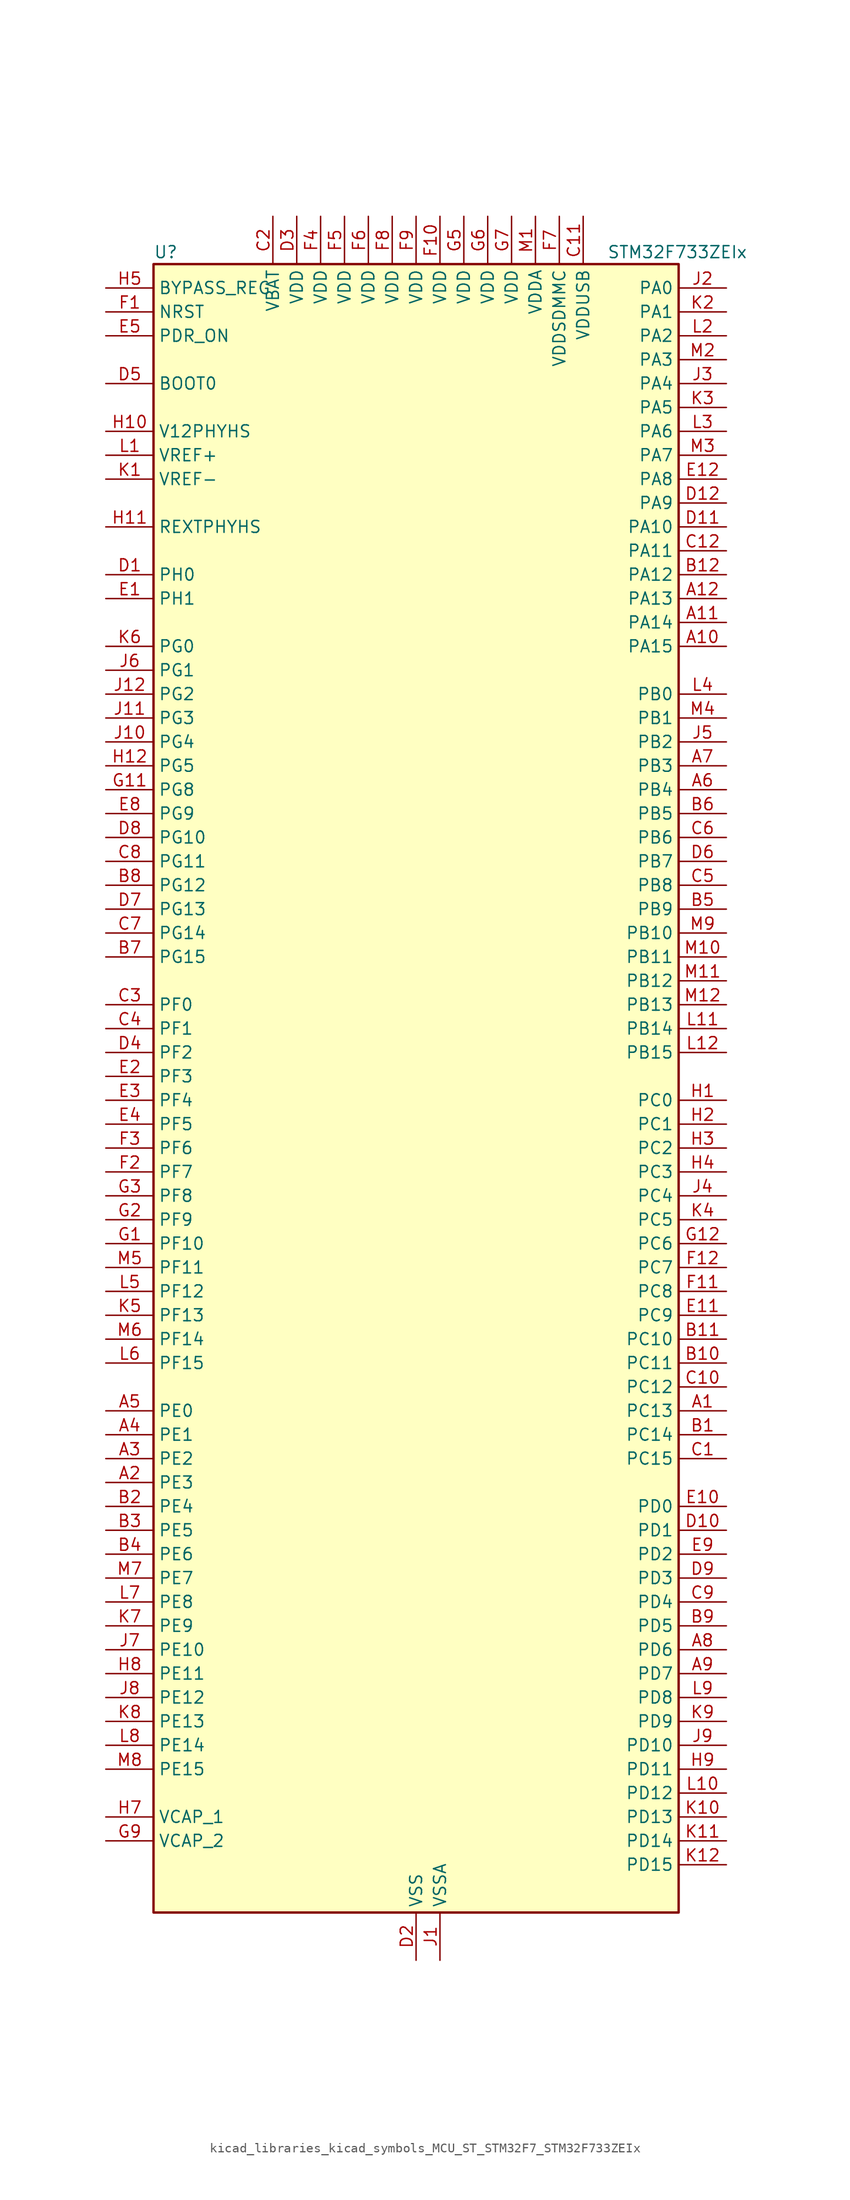
<source format=kicad_sym>
(kicad_symbol_lib
  (version 20220914)
  (generator kicad_symbol_editor)
  (symbol "kicad_libraries_kicad_symbols_MCU_ST_STM32F7_STM32F733ZEIx"
    (property "Reference" "U"
      (at -27.94 90.17 0)
      (effects (font (size 1.27 1.27)) (justify left)))
    (property "Value" "STM32F733ZEIx"
      (at 20.32 90.17 0)
      (effects (font (size 1.27 1.27)) (justify left)))
    (property "ki_locked" ""
      (at 0 0 0)
      (effects (font (size 1.27 1.27))))
    (symbol "kicad_libraries_kicad_symbols_MCU_ST_STM32F7_STM32F733ZEIx_0_1"
      (rectangle (start -27.94 -86.36) (end 27.94 88.9) (stroke (width 0.254) (type default)) (fill (type background))))
    (symbol "kicad_libraries_kicad_symbols_MCU_ST_STM32F7_STM32F733ZEIx_1_1"
      (pin bidirectional line (at 33.02 -33.02 180) (length 5.08) (name "PC13" (effects (font (size 1.27 1.27)))) (number "A1" (effects (font (size 1.27 1.27)))) (alternate "RTC_OUT" bidirectional line) (alternate "RTC_TAMP1" bidirectional line) (alternate "RTC_TS" bidirectional line) (alternate "SYS_WKUP4" bidirectional line))
      (pin bidirectional line (at 33.02 48.26 180) (length 5.08) (name "PA15" (effects (font (size 1.27 1.27)))) (number "A10" (effects (font (size 1.27 1.27)))) (alternate "I2S1_WS" bidirectional line) (alternate "I2S3_WS" bidirectional line) (alternate "SPI1_NSS" bidirectional line) (alternate "SPI3_NSS" bidirectional line) (alternate "SYS_JTDI" bidirectional line) (alternate "TIM2_CH1" bidirectional line) (alternate "TIM2_ETR" bidirectional line) (alternate "UART4_DE" bidirectional line) (alternate "UART4_RTS" bidirectional line))
      (pin bidirectional line (at 33.02 50.8 180) (length 5.08) (name "PA14" (effects (font (size 1.27 1.27)))) (number "A11" (effects (font (size 1.27 1.27)))) (alternate "SYS_JTCK-SWCLK" bidirectional line))
      (pin bidirectional line (at 33.02 53.34 180) (length 5.08) (name "PA13" (effects (font (size 1.27 1.27)))) (number "A12" (effects (font (size 1.27 1.27)))) (alternate "SYS_JTMS-SWDIO" bidirectional line))
      (pin bidirectional line (at -33.02 -40.64 0) (length 5.08) (name "PE3" (effects (font (size 1.27 1.27)))) (number "A2" (effects (font (size 1.27 1.27)))) (alternate "FMC_A19" bidirectional line) (alternate "SAI1_SD_B" bidirectional line) (alternate "SYS_TRACED0" bidirectional line))
      (pin bidirectional line (at -33.02 -38.1 0) (length 5.08) (name "PE2" (effects (font (size 1.27 1.27)))) (number "A3" (effects (font (size 1.27 1.27)))) (alternate "FMC_A23" bidirectional line) (alternate "QUADSPI_BK1_IO2" bidirectional line) (alternate "SAI1_MCLK_A" bidirectional line) (alternate "SPI4_SCK" bidirectional line) (alternate "SYS_TRACECLK" bidirectional line))
      (pin bidirectional line (at -33.02 -35.56 0) (length 5.08) (name "PE1" (effects (font (size 1.27 1.27)))) (number "A4" (effects (font (size 1.27 1.27)))) (alternate "FMC_NBL1" bidirectional line) (alternate "LPTIM1_IN2" bidirectional line) (alternate "UART8_TX" bidirectional line))
      (pin bidirectional line (at -33.02 -33.02 0) (length 5.08) (name "PE0" (effects (font (size 1.27 1.27)))) (number "A5" (effects (font (size 1.27 1.27)))) (alternate "FMC_NBL0" bidirectional line) (alternate "LPTIM1_ETR" bidirectional line) (alternate "SAI2_MCLK_A" bidirectional line) (alternate "TIM4_ETR" bidirectional line) (alternate "UART8_RX" bidirectional line))
      (pin bidirectional line (at 33.02 33.02 180) (length 5.08) (name "PB4" (effects (font (size 1.27 1.27)))) (number "A6" (effects (font (size 1.27 1.27)))) (alternate "I2S2_WS" bidirectional line) (alternate "SDMMC2_D3" bidirectional line) (alternate "SPI1_MISO" bidirectional line) (alternate "SPI2_NSS" bidirectional line) (alternate "SPI3_MISO" bidirectional line) (alternate "SYS_JTRST" bidirectional line) (alternate "TIM3_CH1" bidirectional line))
      (pin bidirectional line (at 33.02 35.56 180) (length 5.08) (name "PB3" (effects (font (size 1.27 1.27)))) (number "A7" (effects (font (size 1.27 1.27)))) (alternate "I2S1_CK" bidirectional line) (alternate "I2S3_CK" bidirectional line) (alternate "SDMMC2_D2" bidirectional line) (alternate "SPI1_SCK" bidirectional line) (alternate "SPI3_SCK" bidirectional line) (alternate "SYS_JTDO-SWO" bidirectional line) (alternate "TIM2_CH2" bidirectional line))
      (pin bidirectional line (at 33.02 -58.42 180) (length 5.08) (name "PD6" (effects (font (size 1.27 1.27)))) (number "A8" (effects (font (size 1.27 1.27)))) (alternate "FMC_NWAIT" bidirectional line) (alternate "I2S3_SD" bidirectional line) (alternate "SAI1_SD_A" bidirectional line) (alternate "SDMMC2_CK" bidirectional line) (alternate "SPI3_MOSI" bidirectional line) (alternate "USART2_RX" bidirectional line))
      (pin bidirectional line (at 33.02 -60.96 180) (length 5.08) (name "PD7" (effects (font (size 1.27 1.27)))) (number "A9" (effects (font (size 1.27 1.27)))) (alternate "FMC_NE1" bidirectional line) (alternate "SDMMC2_CMD" bidirectional line) (alternate "USART2_CK" bidirectional line))
      (pin bidirectional line (at 33.02 -35.56 180) (length 5.08) (name "PC14" (effects (font (size 1.27 1.27)))) (number "B1" (effects (font (size 1.27 1.27)))) (alternate "RCC_OSC32_IN" bidirectional line))
      (pin bidirectional line (at 33.02 -27.94 180) (length 5.08) (name "PC11" (effects (font (size 1.27 1.27)))) (number "B10" (effects (font (size 1.27 1.27)))) (alternate "ADC1_EXTI11" bidirectional line) (alternate "ADC2_EXTI11" bidirectional line) (alternate "ADC3_EXTI11" bidirectional line) (alternate "QUADSPI_BK2_NCS" bidirectional line) (alternate "SDMMC1_D3" bidirectional line) (alternate "SPI3_MISO" bidirectional line) (alternate "UART4_RX" bidirectional line) (alternate "USART3_RX" bidirectional line))
      (pin bidirectional line (at 33.02 -25.4 180) (length 5.08) (name "PC10" (effects (font (size 1.27 1.27)))) (number "B11" (effects (font (size 1.27 1.27)))) (alternate "I2S3_CK" bidirectional line) (alternate "QUADSPI_BK1_IO1" bidirectional line) (alternate "SDMMC1_D2" bidirectional line) (alternate "SPI3_SCK" bidirectional line) (alternate "UART4_TX" bidirectional line) (alternate "USART3_TX" bidirectional line))
      (pin bidirectional line (at 33.02 55.88 180) (length 5.08) (name "PA12" (effects (font (size 1.27 1.27)))) (number "B12" (effects (font (size 1.27 1.27)))) (alternate "CAN1_TX" bidirectional line) (alternate "SAI2_FS_B" bidirectional line) (alternate "TIM1_ETR" bidirectional line) (alternate "USART1_DE" bidirectional line) (alternate "USART1_RTS" bidirectional line) (alternate "USB_OTG_FS_DP" bidirectional line))
      (pin bidirectional line (at -33.02 -43.18 0) (length 5.08) (name "PE4" (effects (font (size 1.27 1.27)))) (number "B2" (effects (font (size 1.27 1.27)))) (alternate "FMC_A20" bidirectional line) (alternate "SAI1_FS_A" bidirectional line) (alternate "SPI4_NSS" bidirectional line) (alternate "SYS_TRACED1" bidirectional line))
      (pin bidirectional line (at -33.02 -45.72 0) (length 5.08) (name "PE5" (effects (font (size 1.27 1.27)))) (number "B3" (effects (font (size 1.27 1.27)))) (alternate "FMC_A21" bidirectional line) (alternate "SAI1_SCK_A" bidirectional line) (alternate "SPI4_MISO" bidirectional line) (alternate "SYS_TRACED2" bidirectional line) (alternate "TIM9_CH1" bidirectional line))
      (pin bidirectional line (at -33.02 -48.26 0) (length 5.08) (name "PE6" (effects (font (size 1.27 1.27)))) (number "B4" (effects (font (size 1.27 1.27)))) (alternate "FMC_A22" bidirectional line) (alternate "SAI1_SD_A" bidirectional line) (alternate "SAI2_MCLK_B" bidirectional line) (alternate "SPI4_MOSI" bidirectional line) (alternate "SYS_TRACED3" bidirectional line) (alternate "TIM1_BKIN2" bidirectional line) (alternate "TIM9_CH2" bidirectional line))
      (pin bidirectional line (at 33.02 20.32 180) (length 5.08) (name "PB9" (effects (font (size 1.27 1.27)))) (number "B5" (effects (font (size 1.27 1.27)))) (alternate "CAN1_TX" bidirectional line) (alternate "DAC_EXTI9" bidirectional line) (alternate "I2C1_SDA" bidirectional line) (alternate "I2S2_WS" bidirectional line) (alternate "SDMMC1_D5" bidirectional line) (alternate "SDMMC2_D5" bidirectional line) (alternate "SPI2_NSS" bidirectional line) (alternate "TIM11_CH1" bidirectional line) (alternate "TIM4_CH4" bidirectional line))
      (pin bidirectional line (at 33.02 30.48 180) (length 5.08) (name "PB5" (effects (font (size 1.27 1.27)))) (number "B6" (effects (font (size 1.27 1.27)))) (alternate "FMC_SDCKE1" bidirectional line) (alternate "I2C1_SMBA" bidirectional line) (alternate "I2S1_SD" bidirectional line) (alternate "I2S3_SD" bidirectional line) (alternate "SPI1_MOSI" bidirectional line) (alternate "SPI3_MOSI" bidirectional line) (alternate "TIM3_CH2" bidirectional line))
      (pin bidirectional line (at -33.02 15.24 0) (length 5.08) (name "PG15" (effects (font (size 1.27 1.27)))) (number "B7" (effects (font (size 1.27 1.27)))) (alternate "FMC_SDNCAS" bidirectional line) (alternate "USART6_CTS" bidirectional line))
      (pin bidirectional line (at -33.02 22.86 0) (length 5.08) (name "PG12" (effects (font (size 1.27 1.27)))) (number "B8" (effects (font (size 1.27 1.27)))) (alternate "FMC_NE4" bidirectional line) (alternate "LPTIM1_IN1" bidirectional line) (alternate "SDMMC2_D3" bidirectional line) (alternate "USART6_DE" bidirectional line) (alternate "USART6_RTS" bidirectional line))
      (pin bidirectional line (at 33.02 -55.88 180) (length 5.08) (name "PD5" (effects (font (size 1.27 1.27)))) (number "B9" (effects (font (size 1.27 1.27)))) (alternate "FMC_NWE" bidirectional line) (alternate "USART2_TX" bidirectional line))
      (pin bidirectional line (at 33.02 -38.1 180) (length 5.08) (name "PC15" (effects (font (size 1.27 1.27)))) (number "C1" (effects (font (size 1.27 1.27)))) (alternate "RCC_OSC32_OUT" bidirectional line))
      (pin bidirectional line (at 33.02 -30.48 180) (length 5.08) (name "PC12" (effects (font (size 1.27 1.27)))) (number "C10" (effects (font (size 1.27 1.27)))) (alternate "I2S3_SD" bidirectional line) (alternate "SDMMC1_CK" bidirectional line) (alternate "SPI3_MOSI" bidirectional line) (alternate "SYS_TRACED3" bidirectional line) (alternate "UART5_TX" bidirectional line) (alternate "USART3_CK" bidirectional line))
      (pin power_in line (at 17.78 93.98 270) (length 5.08) (name "VDDUSB" (effects (font (size 1.27 1.27)))) (number "C11" (effects (font (size 1.27 1.27)))))
      (pin bidirectional line (at 33.02 58.42 180) (length 5.08) (name "PA11" (effects (font (size 1.27 1.27)))) (number "C12" (effects (font (size 1.27 1.27)))) (alternate "ADC1_EXTI11" bidirectional line) (alternate "ADC2_EXTI11" bidirectional line) (alternate "ADC3_EXTI11" bidirectional line) (alternate "CAN1_RX" bidirectional line) (alternate "TIM1_CH4" bidirectional line) (alternate "USART1_CTS" bidirectional line) (alternate "USB_OTG_FS_DM" bidirectional line))
      (pin power_in line (at -15.24 93.98 270) (length 5.08) (name "VBAT" (effects (font (size 1.27 1.27)))) (number "C2" (effects (font (size 1.27 1.27)))))
      (pin bidirectional line (at -33.02 10.16 0) (length 5.08) (name "PF0" (effects (font (size 1.27 1.27)))) (number "C3" (effects (font (size 1.27 1.27)))) (alternate "FMC_A0" bidirectional line) (alternate "I2C2_SDA" bidirectional line))
      (pin bidirectional line (at -33.02 7.62 0) (length 5.08) (name "PF1" (effects (font (size 1.27 1.27)))) (number "C4" (effects (font (size 1.27 1.27)))) (alternate "FMC_A1" bidirectional line) (alternate "I2C2_SCL" bidirectional line))
      (pin bidirectional line (at 33.02 22.86 180) (length 5.08) (name "PB8" (effects (font (size 1.27 1.27)))) (number "C5" (effects (font (size 1.27 1.27)))) (alternate "CAN1_RX" bidirectional line) (alternate "I2C1_SCL" bidirectional line) (alternate "SDMMC1_D4" bidirectional line) (alternate "SDMMC2_D4" bidirectional line) (alternate "TIM10_CH1" bidirectional line) (alternate "TIM4_CH3" bidirectional line))
      (pin bidirectional line (at 33.02 27.94 180) (length 5.08) (name "PB6" (effects (font (size 1.27 1.27)))) (number "C6" (effects (font (size 1.27 1.27)))) (alternate "FMC_SDNE1" bidirectional line) (alternate "I2C1_SCL" bidirectional line) (alternate "QUADSPI_BK1_NCS" bidirectional line) (alternate "TIM4_CH1" bidirectional line) (alternate "USART1_TX" bidirectional line))
      (pin bidirectional line (at -33.02 17.78 0) (length 5.08) (name "PG14" (effects (font (size 1.27 1.27)))) (number "C7" (effects (font (size 1.27 1.27)))) (alternate "FMC_A25" bidirectional line) (alternate "LPTIM1_ETR" bidirectional line) (alternate "QUADSPI_BK2_IO3" bidirectional line) (alternate "SYS_TRACED1" bidirectional line) (alternate "USART6_TX" bidirectional line))
      (pin bidirectional line (at -33.02 25.4 0) (length 5.08) (name "PG11" (effects (font (size 1.27 1.27)))) (number "C8" (effects (font (size 1.27 1.27)))) (alternate "ADC1_EXTI11" bidirectional line) (alternate "ADC2_EXTI11" bidirectional line) (alternate "ADC3_EXTI11" bidirectional line) (alternate "FMC_INT" bidirectional line) (alternate "SDMMC2_D2" bidirectional line))
      (pin bidirectional line (at 33.02 -53.34 180) (length 5.08) (name "PD4" (effects (font (size 1.27 1.27)))) (number "C9" (effects (font (size 1.27 1.27)))) (alternate "FMC_NOE" bidirectional line) (alternate "USART2_DE" bidirectional line) (alternate "USART2_RTS" bidirectional line))
      (pin bidirectional line (at -33.02 55.88 0) (length 5.08) (name "PH0" (effects (font (size 1.27 1.27)))) (number "D1" (effects (font (size 1.27 1.27)))) (alternate "RCC_OSC_IN" bidirectional line))
      (pin bidirectional line (at 33.02 -45.72 180) (length 5.08) (name "PD1" (effects (font (size 1.27 1.27)))) (number "D10" (effects (font (size 1.27 1.27)))) (alternate "CAN1_TX" bidirectional line) (alternate "FMC_D3" bidirectional line) (alternate "FMC_DA3" bidirectional line))
      (pin bidirectional line (at 33.02 60.96 180) (length 5.08) (name "PA10" (effects (font (size 1.27 1.27)))) (number "D11" (effects (font (size 1.27 1.27)))) (alternate "TIM1_CH3" bidirectional line) (alternate "USART1_RX" bidirectional line) (alternate "USB_OTG_FS_ID" bidirectional line))
      (pin bidirectional line (at 33.02 63.5 180) (length 5.08) (name "PA9" (effects (font (size 1.27 1.27)))) (number "D12" (effects (font (size 1.27 1.27)))) (alternate "DAC_EXTI9" bidirectional line) (alternate "I2C3_SMBA" bidirectional line) (alternate "I2S2_CK" bidirectional line) (alternate "SPI2_SCK" bidirectional line) (alternate "TIM1_CH2" bidirectional line) (alternate "USART1_TX" bidirectional line) (alternate "USB_OTG_FS_VBUS" bidirectional line))
      (pin power_in line (at 0 -91.44 90) (length 5.08) (name "VSS" (effects (font (size 1.27 1.27)))) (number "D2" (effects (font (size 1.27 1.27)))))
      (pin power_in line (at -12.7 93.98 270) (length 5.08) (name "VDD" (effects (font (size 1.27 1.27)))) (number "D3" (effects (font (size 1.27 1.27)))))
      (pin bidirectional line (at -33.02 5.08 0) (length 5.08) (name "PF2" (effects (font (size 1.27 1.27)))) (number "D4" (effects (font (size 1.27 1.27)))) (alternate "FMC_A2" bidirectional line) (alternate "I2C2_SMBA" bidirectional line))
      (pin input line (at -33.02 76.2 0) (length 5.08) (name "BOOT0" (effects (font (size 1.27 1.27)))) (number "D5" (effects (font (size 1.27 1.27)))))
      (pin bidirectional line (at 33.02 25.4 180) (length 5.08) (name "PB7" (effects (font (size 1.27 1.27)))) (number "D6" (effects (font (size 1.27 1.27)))) (alternate "FMC_NL" bidirectional line) (alternate "I2C1_SDA" bidirectional line) (alternate "TIM4_CH2" bidirectional line) (alternate "USART1_RX" bidirectional line))
      (pin bidirectional line (at -33.02 20.32 0) (length 5.08) (name "PG13" (effects (font (size 1.27 1.27)))) (number "D7" (effects (font (size 1.27 1.27)))) (alternate "FMC_A24" bidirectional line) (alternate "LPTIM1_OUT" bidirectional line) (alternate "SYS_TRACED0" bidirectional line) (alternate "USART6_CTS" bidirectional line))
      (pin bidirectional line (at -33.02 27.94 0) (length 5.08) (name "PG10" (effects (font (size 1.27 1.27)))) (number "D8" (effects (font (size 1.27 1.27)))) (alternate "FMC_NE3" bidirectional line) (alternate "SAI2_SD_B" bidirectional line) (alternate "SDMMC2_D1" bidirectional line))
      (pin bidirectional line (at 33.02 -50.8 180) (length 5.08) (name "PD3" (effects (font (size 1.27 1.27)))) (number "D9" (effects (font (size 1.27 1.27)))) (alternate "FMC_CLK" bidirectional line) (alternate "I2S2_CK" bidirectional line) (alternate "SPI2_SCK" bidirectional line) (alternate "USART2_CTS" bidirectional line))
      (pin bidirectional line (at -33.02 53.34 0) (length 5.08) (name "PH1" (effects (font (size 1.27 1.27)))) (number "E1" (effects (font (size 1.27 1.27)))) (alternate "RCC_OSC_OUT" bidirectional line))
      (pin bidirectional line (at 33.02 -43.18 180) (length 5.08) (name "PD0" (effects (font (size 1.27 1.27)))) (number "E10" (effects (font (size 1.27 1.27)))) (alternate "CAN1_RX" bidirectional line) (alternate "FMC_D2" bidirectional line) (alternate "FMC_DA2" bidirectional line))
      (pin bidirectional line (at 33.02 -22.86 180) (length 5.08) (name "PC9" (effects (font (size 1.27 1.27)))) (number "E11" (effects (font (size 1.27 1.27)))) (alternate "DAC_EXTI9" bidirectional line) (alternate "I2C3_SDA" bidirectional line) (alternate "I2S_CKIN" bidirectional line) (alternate "QUADSPI_BK1_IO0" bidirectional line) (alternate "RCC_MCO_2" bidirectional line) (alternate "SDMMC1_D1" bidirectional line) (alternate "TIM3_CH4" bidirectional line) (alternate "TIM8_CH4" bidirectional line) (alternate "UART5_CTS" bidirectional line))
      (pin bidirectional line (at 33.02 66.04 180) (length 5.08) (name "PA8" (effects (font (size 1.27 1.27)))) (number "E12" (effects (font (size 1.27 1.27)))) (alternate "I2C3_SCL" bidirectional line) (alternate "RCC_MCO_1" bidirectional line) (alternate "TIM1_CH1" bidirectional line) (alternate "TIM8_BKIN2" bidirectional line) (alternate "USART1_CK" bidirectional line) (alternate "USB_OTG_FS_SOF" bidirectional line))
      (pin bidirectional line (at -33.02 2.54 0) (length 5.08) (name "PF3" (effects (font (size 1.27 1.27)))) (number "E2" (effects (font (size 1.27 1.27)))) (alternate "ADC3_IN9" bidirectional line) (alternate "FMC_A3" bidirectional line))
      (pin bidirectional line (at -33.02 0 0) (length 5.08) (name "PF4" (effects (font (size 1.27 1.27)))) (number "E3" (effects (font (size 1.27 1.27)))) (alternate "ADC3_IN14" bidirectional line) (alternate "FMC_A4" bidirectional line))
      (pin bidirectional line (at -33.02 -2.54 0) (length 5.08) (name "PF5" (effects (font (size 1.27 1.27)))) (number "E4" (effects (font (size 1.27 1.27)))) (alternate "ADC3_IN15" bidirectional line) (alternate "FMC_A5" bidirectional line))
      (pin input line (at -33.02 81.28 0) (length 5.08) (name "PDR_ON" (effects (font (size 1.27 1.27)))) (number "E5" (effects (font (size 1.27 1.27)))))
      (pin passive line (at 0 -91.44 90) (length 5.08) hide (name "VSS" (effects (font (size 1.27 1.27)))) (number "E6" (effects (font (size 1.27 1.27)))))
      (pin passive line (at 0 -91.44 90) (length 5.08) hide (name "VSS" (effects (font (size 1.27 1.27)))) (number "E7" (effects (font (size 1.27 1.27)))))
      (pin bidirectional line (at -33.02 30.48 0) (length 5.08) (name "PG9" (effects (font (size 1.27 1.27)))) (number "E8" (effects (font (size 1.27 1.27)))) (alternate "DAC_EXTI9" bidirectional line) (alternate "FMC_NCE" bidirectional line) (alternate "FMC_NE2" bidirectional line) (alternate "QUADSPI_BK2_IO2" bidirectional line) (alternate "SAI2_FS_B" bidirectional line) (alternate "SDMMC2_D0" bidirectional line) (alternate "USART6_RX" bidirectional line))
      (pin bidirectional line (at 33.02 -48.26 180) (length 5.08) (name "PD2" (effects (font (size 1.27 1.27)))) (number "E9" (effects (font (size 1.27 1.27)))) (alternate "SDMMC1_CMD" bidirectional line) (alternate "SYS_TRACED2" bidirectional line) (alternate "TIM3_ETR" bidirectional line) (alternate "UART5_RX" bidirectional line))
      (pin input line (at -33.02 83.82 0) (length 5.08) (name "NRST" (effects (font (size 1.27 1.27)))) (number "F1" (effects (font (size 1.27 1.27)))))
      (pin power_in line (at 2.54 93.98 270) (length 5.08) (name "VDD" (effects (font (size 1.27 1.27)))) (number "F10" (effects (font (size 1.27 1.27)))))
      (pin bidirectional line (at 33.02 -20.32 180) (length 5.08) (name "PC8" (effects (font (size 1.27 1.27)))) (number "F11" (effects (font (size 1.27 1.27)))) (alternate "SDMMC1_D0" bidirectional line) (alternate "SYS_TRACED1" bidirectional line) (alternate "TIM3_CH3" bidirectional line) (alternate "TIM8_CH3" bidirectional line) (alternate "UART5_DE" bidirectional line) (alternate "UART5_RTS" bidirectional line) (alternate "USART6_CK" bidirectional line))
      (pin bidirectional line (at 33.02 -17.78 180) (length 5.08) (name "PC7" (effects (font (size 1.27 1.27)))) (number "F12" (effects (font (size 1.27 1.27)))) (alternate "I2S3_MCK" bidirectional line) (alternate "SDMMC1_D7" bidirectional line) (alternate "SDMMC2_D7" bidirectional line) (alternate "TIM3_CH2" bidirectional line) (alternate "TIM8_CH2" bidirectional line) (alternate "USART6_RX" bidirectional line))
      (pin bidirectional line (at -33.02 -7.62 0) (length 5.08) (name "PF7" (effects (font (size 1.27 1.27)))) (number "F2" (effects (font (size 1.27 1.27)))) (alternate "ADC3_IN5" bidirectional line) (alternate "QUADSPI_BK1_IO2" bidirectional line) (alternate "SAI1_MCLK_B" bidirectional line) (alternate "SPI5_SCK" bidirectional line) (alternate "TIM11_CH1" bidirectional line) (alternate "UART7_TX" bidirectional line))
      (pin bidirectional line (at -33.02 -5.08 0) (length 5.08) (name "PF6" (effects (font (size 1.27 1.27)))) (number "F3" (effects (font (size 1.27 1.27)))) (alternate "ADC3_IN4" bidirectional line) (alternate "QUADSPI_BK1_IO3" bidirectional line) (alternate "SAI1_SD_B" bidirectional line) (alternate "SPI5_NSS" bidirectional line) (alternate "TIM10_CH1" bidirectional line) (alternate "UART7_RX" bidirectional line))
      (pin power_in line (at -10.16 93.98 270) (length 5.08) (name "VDD" (effects (font (size 1.27 1.27)))) (number "F4" (effects (font (size 1.27 1.27)))))
      (pin power_in line (at -7.62 93.98 270) (length 5.08) (name "VDD" (effects (font (size 1.27 1.27)))) (number "F5" (effects (font (size 1.27 1.27)))))
      (pin power_in line (at -5.08 93.98 270) (length 5.08) (name "VDD" (effects (font (size 1.27 1.27)))) (number "F6" (effects (font (size 1.27 1.27)))))
      (pin power_in line (at 15.24 93.98 270) (length 5.08) (name "VDDSDMMC" (effects (font (size 1.27 1.27)))) (number "F7" (effects (font (size 1.27 1.27)))))
      (pin power_in line (at -2.54 93.98 270) (length 5.08) (name "VDD" (effects (font (size 1.27 1.27)))) (number "F8" (effects (font (size 1.27 1.27)))))
      (pin power_in line (at 0 93.98 270) (length 5.08) (name "VDD" (effects (font (size 1.27 1.27)))) (number "F9" (effects (font (size 1.27 1.27)))))
      (pin bidirectional line (at -33.02 -15.24 0) (length 5.08) (name "PF10" (effects (font (size 1.27 1.27)))) (number "G1" (effects (font (size 1.27 1.27)))) (alternate "ADC3_IN8" bidirectional line))
      (pin passive line (at 0 -91.44 90) (length 5.08) hide (name "VSS" (effects (font (size 1.27 1.27)))) (number "G10" (effects (font (size 1.27 1.27)))))
      (pin bidirectional line (at -33.02 33.02 0) (length 5.08) (name "PG8" (effects (font (size 1.27 1.27)))) (number "G11" (effects (font (size 1.27 1.27)))) (alternate "FMC_SDCLK" bidirectional line) (alternate "USART6_DE" bidirectional line) (alternate "USART6_RTS" bidirectional line))
      (pin bidirectional line (at 33.02 -15.24 180) (length 5.08) (name "PC6" (effects (font (size 1.27 1.27)))) (number "G12" (effects (font (size 1.27 1.27)))) (alternate "I2S2_MCK" bidirectional line) (alternate "SDMMC1_D6" bidirectional line) (alternate "SDMMC2_D6" bidirectional line) (alternate "TIM3_CH1" bidirectional line) (alternate "TIM8_CH1" bidirectional line) (alternate "USART6_TX" bidirectional line))
      (pin bidirectional line (at -33.02 -12.7 0) (length 5.08) (name "PF9" (effects (font (size 1.27 1.27)))) (number "G2" (effects (font (size 1.27 1.27)))) (alternate "ADC3_IN7" bidirectional line) (alternate "DAC_EXTI9" bidirectional line) (alternate "QUADSPI_BK1_IO1" bidirectional line) (alternate "SAI1_FS_B" bidirectional line) (alternate "SPI5_MOSI" bidirectional line) (alternate "TIM14_CH1" bidirectional line) (alternate "UART7_CTS" bidirectional line))
      (pin bidirectional line (at -33.02 -10.16 0) (length 5.08) (name "PF8" (effects (font (size 1.27 1.27)))) (number "G3" (effects (font (size 1.27 1.27)))) (alternate "ADC3_IN6" bidirectional line) (alternate "QUADSPI_BK1_IO0" bidirectional line) (alternate "SAI1_SCK_B" bidirectional line) (alternate "SPI5_MISO" bidirectional line) (alternate "TIM13_CH1" bidirectional line) (alternate "UART7_DE" bidirectional line) (alternate "UART7_RTS" bidirectional line))
      (pin passive line (at 0 -91.44 90) (length 5.08) hide (name "VSS" (effects (font (size 1.27 1.27)))) (number "G4" (effects (font (size 1.27 1.27)))))
      (pin power_in line (at 5.08 93.98 270) (length 5.08) (name "VDD" (effects (font (size 1.27 1.27)))) (number "G5" (effects (font (size 1.27 1.27)))))
      (pin power_in line (at 7.62 93.98 270) (length 5.08) (name "VDD" (effects (font (size 1.27 1.27)))) (number "G6" (effects (font (size 1.27 1.27)))))
      (pin power_in line (at 10.16 93.98 270) (length 5.08) (name "VDD" (effects (font (size 1.27 1.27)))) (number "G7" (effects (font (size 1.27 1.27)))))
      (pin passive line (at 0 -91.44 90) (length 5.08) hide (name "VSS" (effects (font (size 1.27 1.27)))) (number "G8" (effects (font (size 1.27 1.27)))))
      (pin power_out line (at -33.02 -78.74 0) (length 5.08) (name "VCAP_2" (effects (font (size 1.27 1.27)))) (number "G9" (effects (font (size 1.27 1.27)))))
      (pin bidirectional line (at 33.02 0 180) (length 5.08) (name "PC0" (effects (font (size 1.27 1.27)))) (number "H1" (effects (font (size 1.27 1.27)))) (alternate "ADC1_IN10" bidirectional line) (alternate "ADC2_IN10" bidirectional line) (alternate "ADC3_IN10" bidirectional line) (alternate "FMC_SDNWE" bidirectional line) (alternate "SAI2_FS_B" bidirectional line))
      (pin power_in line (at -33.02 71.12 0) (length 5.08) (name "V12PHYHS" (effects (font (size 1.27 1.27)))) (number "H10" (effects (font (size 1.27 1.27)))))
      (pin bidirectional line (at -33.02 60.96 0) (length 5.08) (name "REXTPHYHS" (effects (font (size 1.27 1.27)))) (number "H11" (effects (font (size 1.27 1.27)))) (alternate "USB_OTG_HS_REXTPHYHS" bidirectional line))
      (pin bidirectional line (at -33.02 35.56 0) (length 5.08) (name "PG5" (effects (font (size 1.27 1.27)))) (number "H12" (effects (font (size 1.27 1.27)))) (alternate "FMC_A15" bidirectional line) (alternate "FMC_BA1" bidirectional line))
      (pin bidirectional line (at 33.02 -2.54 180) (length 5.08) (name "PC1" (effects (font (size 1.27 1.27)))) (number "H2" (effects (font (size 1.27 1.27)))) (alternate "ADC1_IN11" bidirectional line) (alternate "ADC2_IN11" bidirectional line) (alternate "ADC3_IN11" bidirectional line) (alternate "I2S2_SD" bidirectional line) (alternate "RTC_TAMP3" bidirectional line) (alternate "RTC_TS" bidirectional line) (alternate "SAI1_SD_A" bidirectional line) (alternate "SPI2_MOSI" bidirectional line) (alternate "SYS_TRACED0" bidirectional line) (alternate "SYS_WKUP3" bidirectional line))
      (pin bidirectional line (at 33.02 -5.08 180) (length 5.08) (name "PC2" (effects (font (size 1.27 1.27)))) (number "H3" (effects (font (size 1.27 1.27)))) (alternate "ADC1_IN12" bidirectional line) (alternate "ADC2_IN12" bidirectional line) (alternate "ADC3_IN12" bidirectional line) (alternate "FMC_SDNE0" bidirectional line) (alternate "SPI2_MISO" bidirectional line))
      (pin bidirectional line (at 33.02 -7.62 180) (length 5.08) (name "PC3" (effects (font (size 1.27 1.27)))) (number "H4" (effects (font (size 1.27 1.27)))) (alternate "ADC1_IN13" bidirectional line) (alternate "ADC2_IN13" bidirectional line) (alternate "ADC3_IN13" bidirectional line) (alternate "FMC_SDCKE0" bidirectional line) (alternate "I2S2_SD" bidirectional line) (alternate "SPI2_MOSI" bidirectional line))
      (pin input line (at -33.02 86.36 0) (length 5.08) (name "BYPASS_REG" (effects (font (size 1.27 1.27)))) (number "H5" (effects (font (size 1.27 1.27)))))
      (pin passive line (at 0 -91.44 90) (length 5.08) hide (name "VSS" (effects (font (size 1.27 1.27)))) (number "H6" (effects (font (size 1.27 1.27)))))
      (pin power_out line (at -33.02 -76.2 0) (length 5.08) (name "VCAP_1" (effects (font (size 1.27 1.27)))) (number "H7" (effects (font (size 1.27 1.27)))))
      (pin bidirectional line (at -33.02 -60.96 0) (length 5.08) (name "PE11" (effects (font (size 1.27 1.27)))) (number "H8" (effects (font (size 1.27 1.27)))) (alternate "ADC1_EXTI11" bidirectional line) (alternate "ADC2_EXTI11" bidirectional line) (alternate "ADC3_EXTI11" bidirectional line) (alternate "FMC_D8" bidirectional line) (alternate "FMC_DA8" bidirectional line) (alternate "SAI2_SD_B" bidirectional line) (alternate "SPI4_NSS" bidirectional line) (alternate "TIM1_CH2" bidirectional line))
      (pin bidirectional line (at 33.02 -71.12 180) (length 5.08) (name "PD11" (effects (font (size 1.27 1.27)))) (number "H9" (effects (font (size 1.27 1.27)))) (alternate "ADC1_EXTI11" bidirectional line) (alternate "ADC2_EXTI11" bidirectional line) (alternate "ADC3_EXTI11" bidirectional line) (alternate "FMC_A16" bidirectional line) (alternate "FMC_CLE" bidirectional line) (alternate "QUADSPI_BK1_IO0" bidirectional line) (alternate "SAI2_SD_A" bidirectional line) (alternate "USART3_CTS" bidirectional line))
      (pin power_in line (at 2.54 -91.44 90) (length 5.08) (name "VSSA" (effects (font (size 1.27 1.27)))) (number "J1" (effects (font (size 1.27 1.27)))))
      (pin bidirectional line (at -33.02 38.1 0) (length 5.08) (name "PG4" (effects (font (size 1.27 1.27)))) (number "J10" (effects (font (size 1.27 1.27)))) (alternate "FMC_A14" bidirectional line) (alternate "FMC_BA0" bidirectional line))
      (pin bidirectional line (at -33.02 40.64 0) (length 5.08) (name "PG3" (effects (font (size 1.27 1.27)))) (number "J11" (effects (font (size 1.27 1.27)))) (alternate "FMC_A13" bidirectional line))
      (pin bidirectional line (at -33.02 43.18 0) (length 5.08) (name "PG2" (effects (font (size 1.27 1.27)))) (number "J12" (effects (font (size 1.27 1.27)))) (alternate "FMC_A12" bidirectional line))
      (pin bidirectional line (at 33.02 86.36 180) (length 5.08) (name "PA0" (effects (font (size 1.27 1.27)))) (number "J2" (effects (font (size 1.27 1.27)))) (alternate "ADC1_IN0" bidirectional line) (alternate "ADC2_IN0" bidirectional line) (alternate "ADC3_IN0" bidirectional line) (alternate "SAI2_SD_B" bidirectional line) (alternate "SYS_WKUP1" bidirectional line) (alternate "TIM2_CH1" bidirectional line) (alternate "TIM2_ETR" bidirectional line) (alternate "TIM5_CH1" bidirectional line) (alternate "TIM8_ETR" bidirectional line) (alternate "UART4_TX" bidirectional line) (alternate "USART2_CTS" bidirectional line))
      (pin bidirectional line (at 33.02 76.2 180) (length 5.08) (name "PA4" (effects (font (size 1.27 1.27)))) (number "J3" (effects (font (size 1.27 1.27)))) (alternate "ADC1_IN4" bidirectional line) (alternate "ADC2_IN4" bidirectional line) (alternate "DAC_OUT1" bidirectional line) (alternate "I2S1_WS" bidirectional line) (alternate "I2S3_WS" bidirectional line) (alternate "SPI1_NSS" bidirectional line) (alternate "SPI3_NSS" bidirectional line) (alternate "USART2_CK" bidirectional line) (alternate "USB_OTG_HS_SOF" bidirectional line))
      (pin bidirectional line (at 33.02 -10.16 180) (length 5.08) (name "PC4" (effects (font (size 1.27 1.27)))) (number "J4" (effects (font (size 1.27 1.27)))) (alternate "ADC1_IN14" bidirectional line) (alternate "ADC2_IN14" bidirectional line) (alternate "FMC_SDNE0" bidirectional line) (alternate "I2S1_MCK" bidirectional line))
      (pin bidirectional line (at 33.02 38.1 180) (length 5.08) (name "PB2" (effects (font (size 1.27 1.27)))) (number "J5" (effects (font (size 1.27 1.27)))) (alternate "I2S3_SD" bidirectional line) (alternate "QUADSPI_CLK" bidirectional line) (alternate "SAI1_SD_A" bidirectional line) (alternate "SPI3_MOSI" bidirectional line))
      (pin bidirectional line (at -33.02 45.72 0) (length 5.08) (name "PG1" (effects (font (size 1.27 1.27)))) (number "J6" (effects (font (size 1.27 1.27)))) (alternate "FMC_A11" bidirectional line))
      (pin bidirectional line (at -33.02 -58.42 0) (length 5.08) (name "PE10" (effects (font (size 1.27 1.27)))) (number "J7" (effects (font (size 1.27 1.27)))) (alternate "FMC_D7" bidirectional line) (alternate "FMC_DA7" bidirectional line) (alternate "QUADSPI_BK2_IO3" bidirectional line) (alternate "TIM1_CH2N" bidirectional line) (alternate "UART7_CTS" bidirectional line))
      (pin bidirectional line (at -33.02 -63.5 0) (length 5.08) (name "PE12" (effects (font (size 1.27 1.27)))) (number "J8" (effects (font (size 1.27 1.27)))) (alternate "FMC_D9" bidirectional line) (alternate "FMC_DA9" bidirectional line) (alternate "SAI2_SCK_B" bidirectional line) (alternate "SPI4_SCK" bidirectional line) (alternate "TIM1_CH3N" bidirectional line))
      (pin bidirectional line (at 33.02 -68.58 180) (length 5.08) (name "PD10" (effects (font (size 1.27 1.27)))) (number "J9" (effects (font (size 1.27 1.27)))) (alternate "FMC_D15" bidirectional line) (alternate "FMC_DA15" bidirectional line) (alternate "USART3_CK" bidirectional line))
      (pin input line (at -33.02 66.04 0) (length 5.08) (name "VREF-" (effects (font (size 1.27 1.27)))) (number "K1" (effects (font (size 1.27 1.27)))))
      (pin bidirectional line (at 33.02 -76.2 180) (length 5.08) (name "PD13" (effects (font (size 1.27 1.27)))) (number "K10" (effects (font (size 1.27 1.27)))) (alternate "FMC_A18" bidirectional line) (alternate "LPTIM1_OUT" bidirectional line) (alternate "QUADSPI_BK1_IO3" bidirectional line) (alternate "SAI2_SCK_A" bidirectional line) (alternate "TIM4_CH2" bidirectional line))
      (pin bidirectional line (at 33.02 -78.74 180) (length 5.08) (name "PD14" (effects (font (size 1.27 1.27)))) (number "K11" (effects (font (size 1.27 1.27)))) (alternate "FMC_D0" bidirectional line) (alternate "FMC_DA0" bidirectional line) (alternate "TIM4_CH3" bidirectional line) (alternate "UART8_CTS" bidirectional line))
      (pin bidirectional line (at 33.02 -81.28 180) (length 5.08) (name "PD15" (effects (font (size 1.27 1.27)))) (number "K12" (effects (font (size 1.27 1.27)))) (alternate "FMC_D1" bidirectional line) (alternate "FMC_DA1" bidirectional line) (alternate "TIM4_CH4" bidirectional line) (alternate "UART8_DE" bidirectional line) (alternate "UART8_RTS" bidirectional line))
      (pin bidirectional line (at 33.02 83.82 180) (length 5.08) (name "PA1" (effects (font (size 1.27 1.27)))) (number "K2" (effects (font (size 1.27 1.27)))) (alternate "ADC1_IN1" bidirectional line) (alternate "ADC2_IN1" bidirectional line) (alternate "ADC3_IN1" bidirectional line) (alternate "QUADSPI_BK1_IO3" bidirectional line) (alternate "SAI2_MCLK_B" bidirectional line) (alternate "TIM2_CH2" bidirectional line) (alternate "TIM5_CH2" bidirectional line) (alternate "UART4_RX" bidirectional line) (alternate "USART2_DE" bidirectional line) (alternate "USART2_RTS" bidirectional line))
      (pin bidirectional line (at 33.02 73.66 180) (length 5.08) (name "PA5" (effects (font (size 1.27 1.27)))) (number "K3" (effects (font (size 1.27 1.27)))) (alternate "ADC1_IN5" bidirectional line) (alternate "ADC2_IN5" bidirectional line) (alternate "DAC_OUT2" bidirectional line) (alternate "I2S1_CK" bidirectional line) (alternate "SPI1_SCK" bidirectional line) (alternate "TIM2_CH1" bidirectional line) (alternate "TIM2_ETR" bidirectional line) (alternate "TIM8_CH1N" bidirectional line))
      (pin bidirectional line (at 33.02 -12.7 180) (length 5.08) (name "PC5" (effects (font (size 1.27 1.27)))) (number "K4" (effects (font (size 1.27 1.27)))) (alternate "ADC1_IN15" bidirectional line) (alternate "ADC2_IN15" bidirectional line) (alternate "FMC_SDCKE0" bidirectional line))
      (pin bidirectional line (at -33.02 -22.86 0) (length 5.08) (name "PF13" (effects (font (size 1.27 1.27)))) (number "K5" (effects (font (size 1.27 1.27)))) (alternate "FMC_A7" bidirectional line))
      (pin bidirectional line (at -33.02 48.26 0) (length 5.08) (name "PG0" (effects (font (size 1.27 1.27)))) (number "K6" (effects (font (size 1.27 1.27)))) (alternate "FMC_A10" bidirectional line))
      (pin bidirectional line (at -33.02 -55.88 0) (length 5.08) (name "PE9" (effects (font (size 1.27 1.27)))) (number "K7" (effects (font (size 1.27 1.27)))) (alternate "DAC_EXTI9" bidirectional line) (alternate "FMC_D6" bidirectional line) (alternate "FMC_DA6" bidirectional line) (alternate "QUADSPI_BK2_IO2" bidirectional line) (alternate "TIM1_CH1" bidirectional line) (alternate "UART7_DE" bidirectional line) (alternate "UART7_RTS" bidirectional line))
      (pin bidirectional line (at -33.02 -66.04 0) (length 5.08) (name "PE13" (effects (font (size 1.27 1.27)))) (number "K8" (effects (font (size 1.27 1.27)))) (alternate "FMC_D10" bidirectional line) (alternate "FMC_DA10" bidirectional line) (alternate "SAI2_FS_B" bidirectional line) (alternate "SPI4_MISO" bidirectional line) (alternate "TIM1_CH3" bidirectional line))
      (pin bidirectional line (at 33.02 -66.04 180) (length 5.08) (name "PD9" (effects (font (size 1.27 1.27)))) (number "K9" (effects (font (size 1.27 1.27)))) (alternate "DAC_EXTI9" bidirectional line) (alternate "FMC_D14" bidirectional line) (alternate "FMC_DA14" bidirectional line) (alternate "USART3_RX" bidirectional line))
      (pin input line (at -33.02 68.58 0) (length 5.08) (name "VREF+" (effects (font (size 1.27 1.27)))) (number "L1" (effects (font (size 1.27 1.27)))))
      (pin bidirectional line (at 33.02 -73.66 180) (length 5.08) (name "PD12" (effects (font (size 1.27 1.27)))) (number "L10" (effects (font (size 1.27 1.27)))) (alternate "FMC_A17" bidirectional line) (alternate "FMC_ALE" bidirectional line) (alternate "LPTIM1_IN1" bidirectional line) (alternate "QUADSPI_BK1_IO1" bidirectional line) (alternate "SAI2_FS_A" bidirectional line) (alternate "TIM4_CH1" bidirectional line) (alternate "USART3_DE" bidirectional line) (alternate "USART3_RTS" bidirectional line))
      (pin bidirectional line (at 33.02 7.62 180) (length 5.08) (name "PB14" (effects (font (size 1.27 1.27)))) (number "L11" (effects (font (size 1.27 1.27)))) (alternate "USB_OTG_HS_DM" bidirectional line))
      (pin bidirectional line (at 33.02 5.08 180) (length 5.08) (name "PB15" (effects (font (size 1.27 1.27)))) (number "L12" (effects (font (size 1.27 1.27)))) (alternate "USB_OTG_HS_DP" bidirectional line))
      (pin bidirectional line (at 33.02 81.28 180) (length 5.08) (name "PA2" (effects (font (size 1.27 1.27)))) (number "L2" (effects (font (size 1.27 1.27)))) (alternate "ADC1_IN2" bidirectional line) (alternate "ADC2_IN2" bidirectional line) (alternate "ADC3_IN2" bidirectional line) (alternate "SAI2_SCK_B" bidirectional line) (alternate "SYS_WKUP2" bidirectional line) (alternate "TIM2_CH3" bidirectional line) (alternate "TIM5_CH3" bidirectional line) (alternate "TIM9_CH1" bidirectional line) (alternate "USART2_TX" bidirectional line))
      (pin bidirectional line (at 33.02 71.12 180) (length 5.08) (name "PA6" (effects (font (size 1.27 1.27)))) (number "L3" (effects (font (size 1.27 1.27)))) (alternate "ADC1_IN6" bidirectional line) (alternate "ADC2_IN6" bidirectional line) (alternate "SPI1_MISO" bidirectional line) (alternate "TIM13_CH1" bidirectional line) (alternate "TIM1_BKIN" bidirectional line) (alternate "TIM3_CH1" bidirectional line) (alternate "TIM8_BKIN" bidirectional line))
      (pin bidirectional line (at 33.02 43.18 180) (length 5.08) (name "PB0" (effects (font (size 1.27 1.27)))) (number "L4" (effects (font (size 1.27 1.27)))) (alternate "ADC1_IN8" bidirectional line) (alternate "ADC2_IN8" bidirectional line) (alternate "TIM1_CH2N" bidirectional line) (alternate "TIM3_CH3" bidirectional line) (alternate "TIM8_CH2N" bidirectional line) (alternate "UART4_CTS" bidirectional line))
      (pin bidirectional line (at -33.02 -20.32 0) (length 5.08) (name "PF12" (effects (font (size 1.27 1.27)))) (number "L5" (effects (font (size 1.27 1.27)))) (alternate "FMC_A6" bidirectional line))
      (pin bidirectional line (at -33.02 -27.94 0) (length 5.08) (name "PF15" (effects (font (size 1.27 1.27)))) (number "L6" (effects (font (size 1.27 1.27)))) (alternate "FMC_A9" bidirectional line))
      (pin bidirectional line (at -33.02 -53.34 0) (length 5.08) (name "PE8" (effects (font (size 1.27 1.27)))) (number "L7" (effects (font (size 1.27 1.27)))) (alternate "FMC_D5" bidirectional line) (alternate "FMC_DA5" bidirectional line) (alternate "QUADSPI_BK2_IO1" bidirectional line) (alternate "TIM1_CH1N" bidirectional line) (alternate "UART7_TX" bidirectional line))
      (pin bidirectional line (at -33.02 -68.58 0) (length 5.08) (name "PE14" (effects (font (size 1.27 1.27)))) (number "L8" (effects (font (size 1.27 1.27)))) (alternate "FMC_D11" bidirectional line) (alternate "FMC_DA11" bidirectional line) (alternate "SAI2_MCLK_B" bidirectional line) (alternate "SPI4_MOSI" bidirectional line) (alternate "TIM1_CH4" bidirectional line))
      (pin bidirectional line (at 33.02 -63.5 180) (length 5.08) (name "PD8" (effects (font (size 1.27 1.27)))) (number "L9" (effects (font (size 1.27 1.27)))) (alternate "FMC_D13" bidirectional line) (alternate "FMC_DA13" bidirectional line) (alternate "USART3_TX" bidirectional line))
      (pin power_in line (at 12.7 93.98 270) (length 5.08) (name "VDDA" (effects (font (size 1.27 1.27)))) (number "M1" (effects (font (size 1.27 1.27)))))
      (pin bidirectional line (at 33.02 15.24 180) (length 5.08) (name "PB11" (effects (font (size 1.27 1.27)))) (number "M10" (effects (font (size 1.27 1.27)))) (alternate "ADC1_EXTI11" bidirectional line) (alternate "ADC2_EXTI11" bidirectional line) (alternate "ADC3_EXTI11" bidirectional line) (alternate "I2C2_SDA" bidirectional line) (alternate "TIM2_CH4" bidirectional line) (alternate "USART3_RX" bidirectional line))
      (pin bidirectional line (at 33.02 12.7 180) (length 5.08) (name "PB12" (effects (font (size 1.27 1.27)))) (number "M11" (effects (font (size 1.27 1.27)))) (alternate "I2C2_SMBA" bidirectional line) (alternate "I2S2_WS" bidirectional line) (alternate "SPI2_NSS" bidirectional line) (alternate "TIM1_BKIN" bidirectional line) (alternate "USART3_CK" bidirectional line) (alternate "USB_OTG_HS_ID" bidirectional line))
      (pin bidirectional line (at 33.02 10.16 180) (length 5.08) (name "PB13" (effects (font (size 1.27 1.27)))) (number "M12" (effects (font (size 1.27 1.27)))) (alternate "I2S2_CK" bidirectional line) (alternate "SPI2_SCK" bidirectional line) (alternate "TIM1_CH1N" bidirectional line) (alternate "USART3_CTS" bidirectional line) (alternate "USB_OTG_HS_VBUS" bidirectional line))
      (pin bidirectional line (at 33.02 78.74 180) (length 5.08) (name "PA3" (effects (font (size 1.27 1.27)))) (number "M2" (effects (font (size 1.27 1.27)))) (alternate "ADC1_IN3" bidirectional line) (alternate "ADC2_IN3" bidirectional line) (alternate "ADC3_IN3" bidirectional line) (alternate "TIM2_CH4" bidirectional line) (alternate "TIM5_CH4" bidirectional line) (alternate "TIM9_CH2" bidirectional line) (alternate "USART2_RX" bidirectional line))
      (pin bidirectional line (at 33.02 68.58 180) (length 5.08) (name "PA7" (effects (font (size 1.27 1.27)))) (number "M3" (effects (font (size 1.27 1.27)))) (alternate "ADC1_IN7" bidirectional line) (alternate "ADC2_IN7" bidirectional line) (alternate "FMC_SDNWE" bidirectional line) (alternate "I2S1_SD" bidirectional line) (alternate "SPI1_MOSI" bidirectional line) (alternate "TIM14_CH1" bidirectional line) (alternate "TIM1_CH1N" bidirectional line) (alternate "TIM3_CH2" bidirectional line) (alternate "TIM8_CH1N" bidirectional line))
      (pin bidirectional line (at 33.02 40.64 180) (length 5.08) (name "PB1" (effects (font (size 1.27 1.27)))) (number "M4" (effects (font (size 1.27 1.27)))) (alternate "ADC1_IN9" bidirectional line) (alternate "ADC2_IN9" bidirectional line) (alternate "TIM1_CH3N" bidirectional line) (alternate "TIM3_CH4" bidirectional line) (alternate "TIM8_CH3N" bidirectional line))
      (pin bidirectional line (at -33.02 -17.78 0) (length 5.08) (name "PF11" (effects (font (size 1.27 1.27)))) (number "M5" (effects (font (size 1.27 1.27)))) (alternate "ADC1_EXTI11" bidirectional line) (alternate "ADC2_EXTI11" bidirectional line) (alternate "ADC3_EXTI11" bidirectional line) (alternate "FMC_SDNRAS" bidirectional line) (alternate "SAI2_SD_B" bidirectional line) (alternate "SPI5_MOSI" bidirectional line))
      (pin bidirectional line (at -33.02 -25.4 0) (length 5.08) (name "PF14" (effects (font (size 1.27 1.27)))) (number "M6" (effects (font (size 1.27 1.27)))) (alternate "FMC_A8" bidirectional line))
      (pin bidirectional line (at -33.02 -50.8 0) (length 5.08) (name "PE7" (effects (font (size 1.27 1.27)))) (number "M7" (effects (font (size 1.27 1.27)))) (alternate "FMC_D4" bidirectional line) (alternate "FMC_DA4" bidirectional line) (alternate "QUADSPI_BK2_IO0" bidirectional line) (alternate "TIM1_ETR" bidirectional line) (alternate "UART7_RX" bidirectional line))
      (pin bidirectional line (at -33.02 -71.12 0) (length 5.08) (name "PE15" (effects (font (size 1.27 1.27)))) (number "M8" (effects (font (size 1.27 1.27)))) (alternate "FMC_D12" bidirectional line) (alternate "FMC_DA12" bidirectional line) (alternate "TIM1_BKIN" bidirectional line))
      (pin bidirectional line (at 33.02 17.78 180) (length 5.08) (name "PB10" (effects (font (size 1.27 1.27)))) (number "M9" (effects (font (size 1.27 1.27)))) (alternate "I2C2_SCL" bidirectional line) (alternate "I2S2_CK" bidirectional line) (alternate "SPI2_SCK" bidirectional line) (alternate "TIM2_CH3" bidirectional line) (alternate "USART3_TX" bidirectional line)))))
</source>
